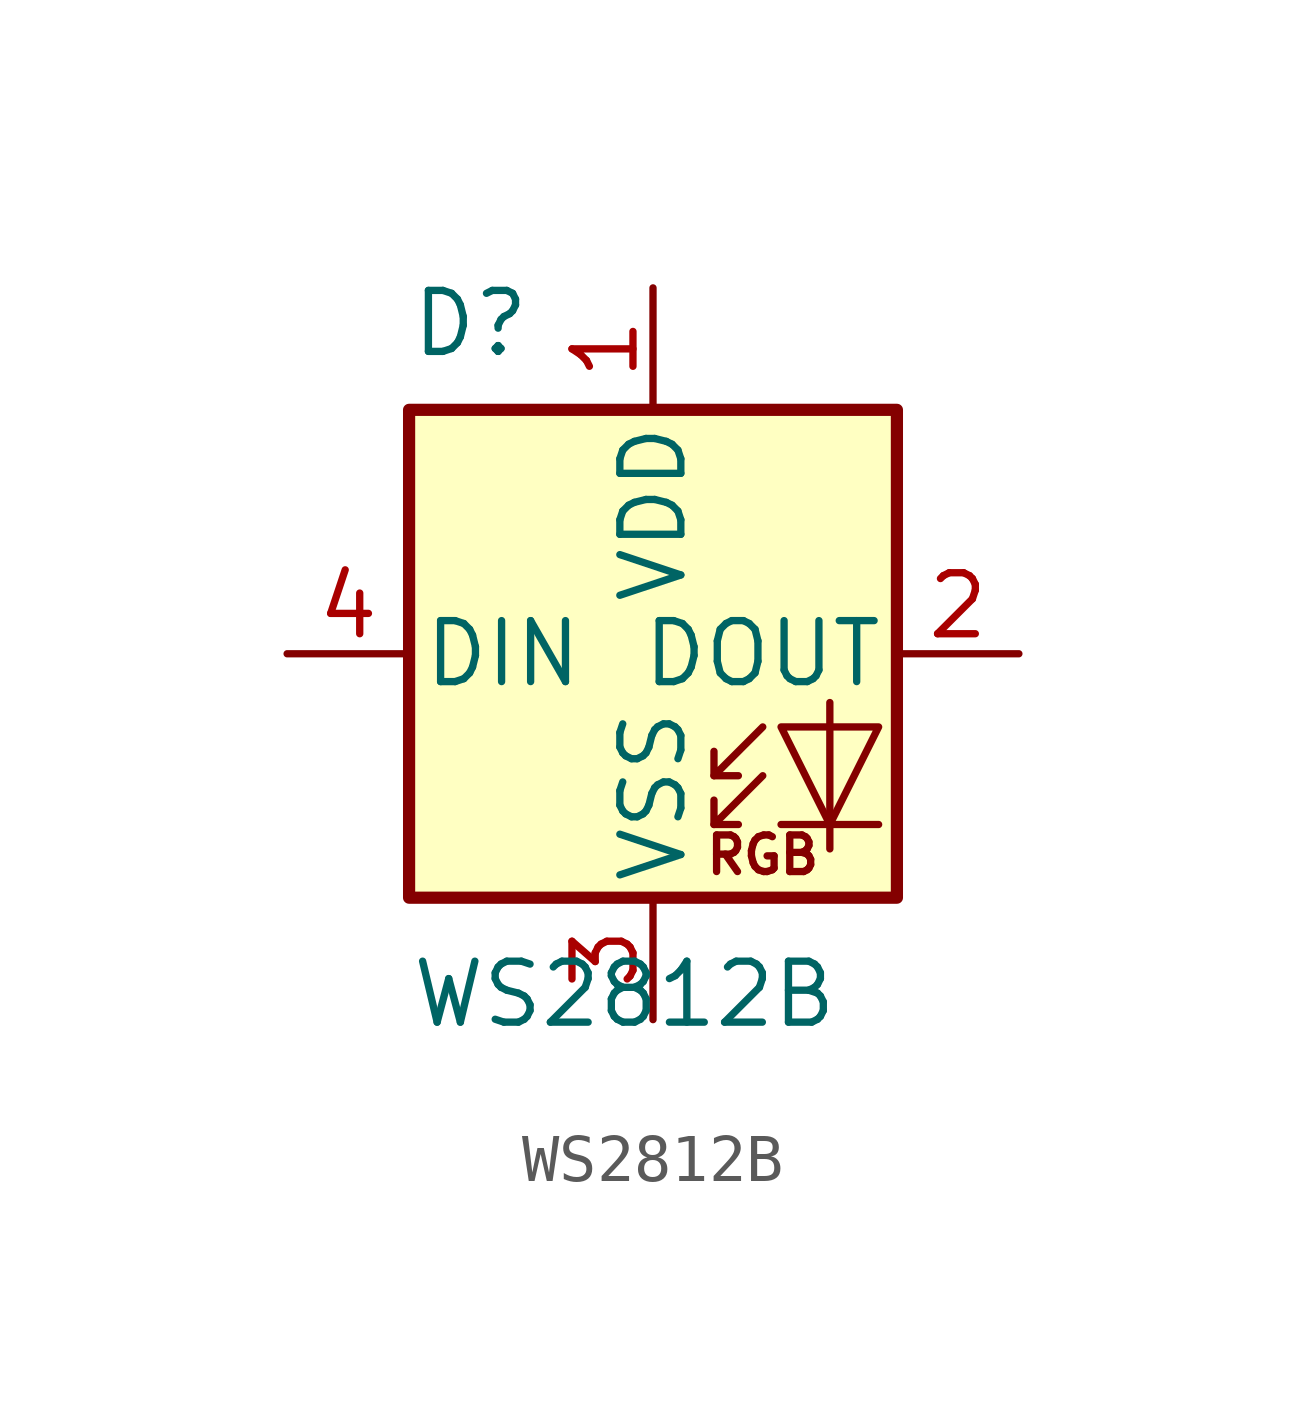
<source format=kicad_sym>
(kicad_symbol_lib
  (version 20220914)
  (generator kicad_symbol_editor)
  (symbol "WS2812B"
    (pin_names
      (offset 0.254))
    (property "Reference" "D"
      (at 0 2.54 0)
      (effects (font (size 1.27 1.27)) (justify left top)))
    (property "Value" "WS2812B"
      (at 0 -11.43 0)
      (effects (font (size 1.27 1.27)) (justify left top)))
    (symbol "WS2812B_0_0"
      (text "RGB" (at 7.366 -9.271 0) (effects (font (size 0.762 0.762)))))
    (symbol "WS2812B_0_1"
      (polyline (pts (xy 6.35 -8.636) (xy 6.858 -8.636)) (stroke (width 0) (type default)) (fill (type none)))
      (polyline (pts (xy 6.35 -7.62) (xy 6.858 -7.62)) (stroke (width 0) (type default)) (fill (type none)))
      (polyline (pts (xy 9.779 -8.636) (xy 7.747 -8.636)) (stroke (width 0) (type default)) (fill (type none)))
      (polyline (pts (xy 7.366 -7.62) (xy 6.35 -8.636) (xy 6.35 -8.128)) (stroke (width 0) (type default)) (fill (type none)))
      (polyline (pts (xy 7.366 -6.604) (xy 6.35 -7.62) (xy 6.35 -7.112)) (stroke (width 0) (type default)) (fill (type none)))
      (polyline (pts (xy 8.763 -6.096) (xy 8.763 -8.636) (xy 8.763 -9.144)) (stroke (width 0) (type default)) (fill (type none)))
      (polyline (pts (xy 9.779 -6.604) (xy 7.747 -6.604) (xy 8.763 -8.636) (xy 9.779 -6.604)) (stroke (width 0) (type default)) (fill (type none)))
      (rectangle (start 10.16 0) (end 0 -10.16) (stroke (width 0.254) (type default)) (fill (type background))))
    (symbol "WS2812B_1_1"
      (pin power_in line (at 5.08 2.54 270) (length 2.54) (name "VDD" (effects (font (size 1.27 1.27)))) (number "1" (effects (font (size 1.27 1.27)))))
      (pin output line (at 12.7 -5.08 180) (length 2.54) (name "DOUT" (effects (font (size 1.27 1.27)))) (number "2" (effects (font (size 1.27 1.27)))))
      (pin power_in line (at 5.08 -12.7 90) (length 2.54) (name "VSS" (effects (font (size 1.27 1.27)))) (number "3" (effects (font (size 1.27 1.27)))))
      (pin input line (at -2.54 -5.08 0) (length 2.54) (name "DIN" (effects (font (size 1.27 1.27)))) (number "4" (effects (font (size 1.27 1.27))))))))
</source>
